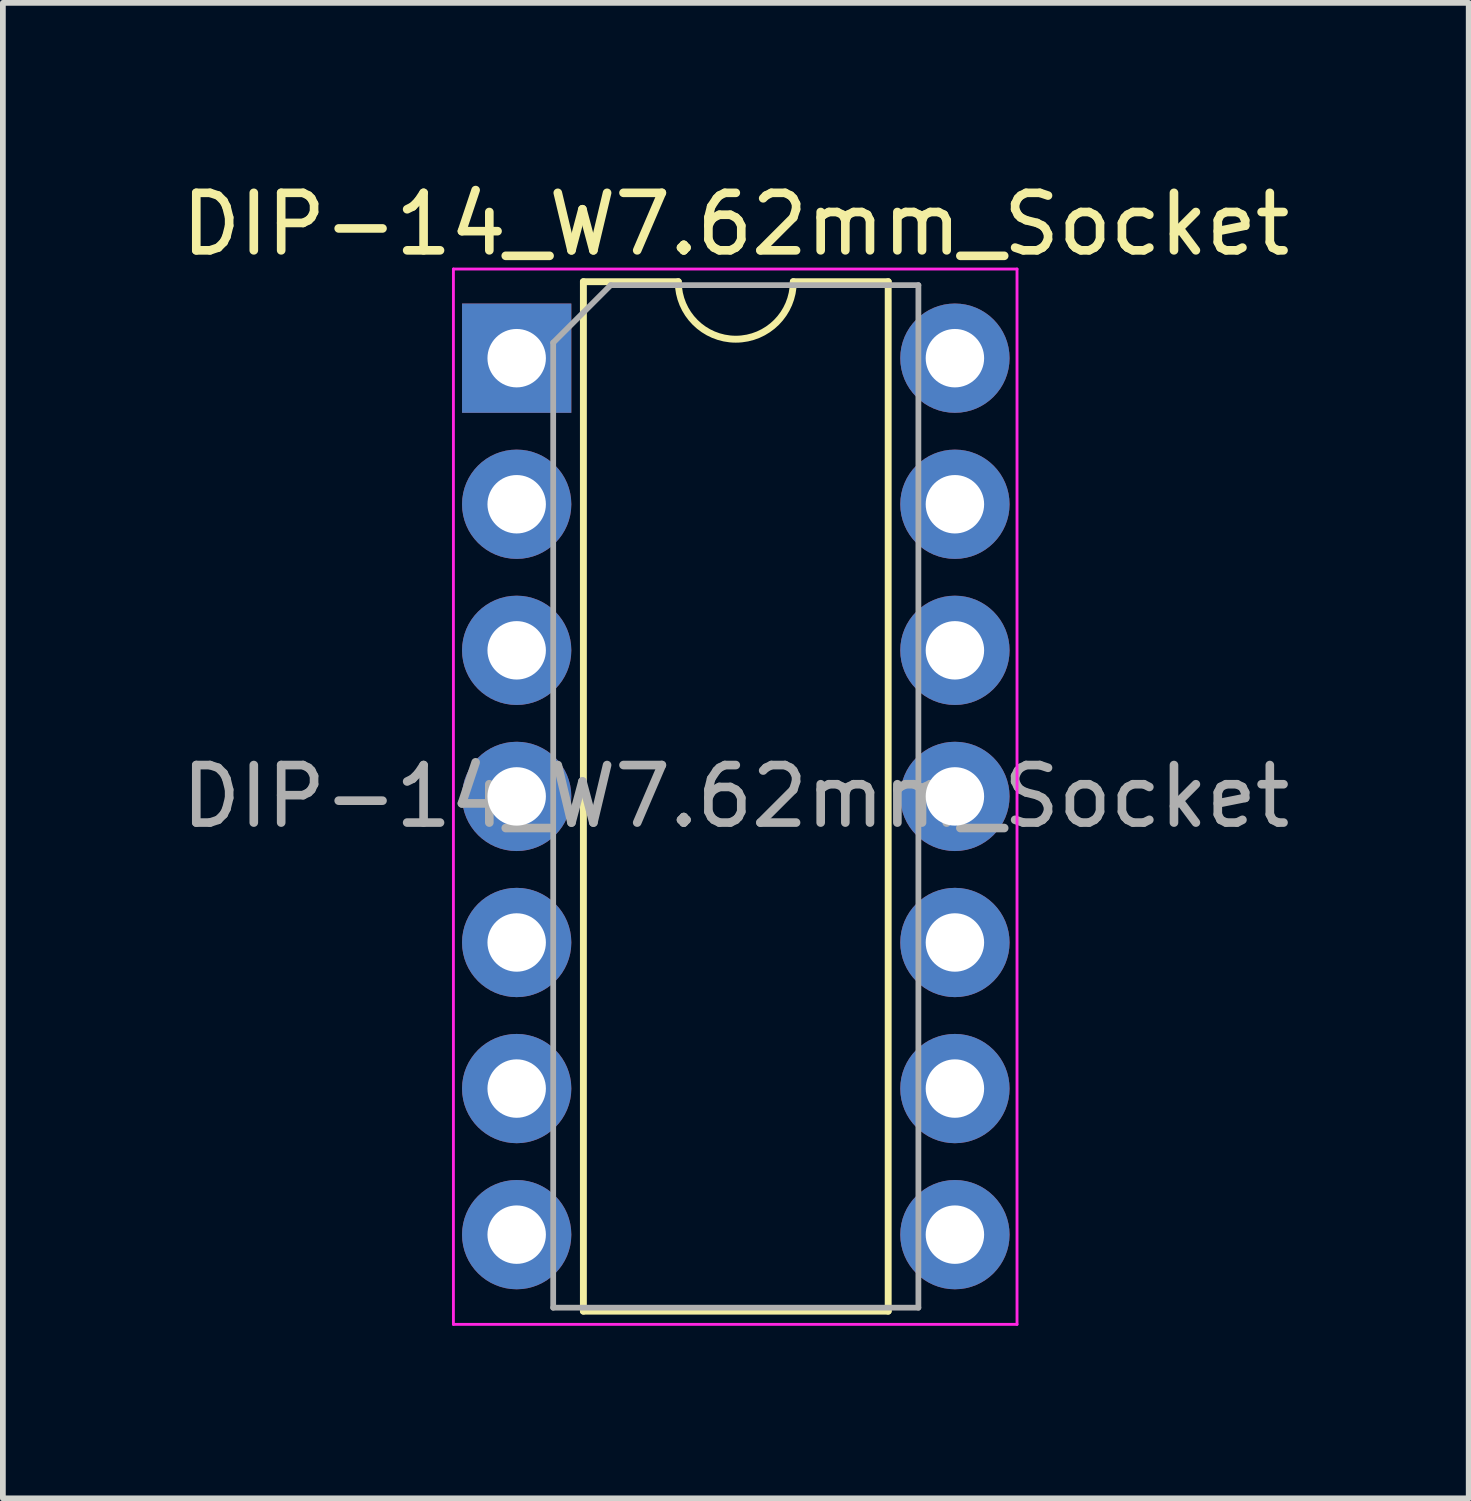
<source format=kicad_pcb>
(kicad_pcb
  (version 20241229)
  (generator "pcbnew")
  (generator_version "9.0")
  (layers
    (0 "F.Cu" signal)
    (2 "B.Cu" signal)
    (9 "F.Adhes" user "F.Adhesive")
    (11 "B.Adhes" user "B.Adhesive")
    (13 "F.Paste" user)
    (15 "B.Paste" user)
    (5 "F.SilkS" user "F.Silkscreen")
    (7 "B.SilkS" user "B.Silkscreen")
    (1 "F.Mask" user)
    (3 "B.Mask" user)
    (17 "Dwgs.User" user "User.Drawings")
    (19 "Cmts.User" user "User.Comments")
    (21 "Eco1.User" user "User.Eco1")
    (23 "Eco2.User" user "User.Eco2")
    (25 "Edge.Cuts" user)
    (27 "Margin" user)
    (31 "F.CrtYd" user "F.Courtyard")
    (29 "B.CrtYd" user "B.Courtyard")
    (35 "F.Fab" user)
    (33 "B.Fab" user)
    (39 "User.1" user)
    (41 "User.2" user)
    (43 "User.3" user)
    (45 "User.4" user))
  (footprint "DIP-14_W7.62mm_Socket"
    (layer "F.Cu")
    (at 5.934 3.178)
    (property "Reference" "DIP-14_W7.62mm_Socket" (at 3.81 -2.33 0) (layer "F.SilkS") (effects (font (size 1 1) (thickness 0.15))))
    (attr through_hole)
    (fp_line (start 1.16 -1.33) (end 1.16 16.57) (stroke (width 0.12) (type solid)) (layer "F.SilkS"))
    (fp_line (start 1.16 16.57) (end 6.46 16.57) (stroke (width 0.12) (type solid)) (layer "F.SilkS"))
    (fp_line (start 2.81 -1.33) (end 1.16 -1.33) (stroke (width 0.12) (type solid)) (layer "F.SilkS"))
    (fp_line (start 6.46 -1.33) (end 4.81 -1.33) (stroke (width 0.12) (type solid)) (layer "F.SilkS"))
    (fp_line (start 6.46 16.57) (end 6.46 -1.33) (stroke (width 0.12) (type solid)) (layer "F.SilkS"))
    (fp_arc (start 4.81 -1.33) (mid 3.81 -0.33) (end 2.81 -1.33) (stroke (width 0.12) (type solid)) (layer "F.SilkS"))
    (fp_line (start -1.1 -1.55) (end -1.1 16.8) (stroke (width 0.05) (type solid)) (layer "F.CrtYd"))
    (fp_line (start -1.1 16.8) (end 8.7 16.8) (stroke (width 0.05) (type solid)) (layer "F.CrtYd"))
    (fp_line (start 8.7 -1.55) (end -1.1 -1.55) (stroke (width 0.05) (type solid)) (layer "F.CrtYd"))
    (fp_line (start 8.7 16.8) (end 8.7 -1.55) (stroke (width 0.05) (type solid)) (layer "F.CrtYd"))
    (fp_line (start 0.635 -0.27) (end 1.635 -1.27) (stroke (width 0.1) (type solid)) (layer "F.Fab"))
    (fp_line (start 0.635 16.51) (end 0.635 -0.27) (stroke (width 0.1) (type solid)) (layer "F.Fab"))
    (fp_line (start 1.635 -1.27) (end 6.985 -1.27) (stroke (width 0.1) (type solid)) (layer "F.Fab"))
    (fp_line (start 6.985 -1.27) (end 6.985 16.51) (stroke (width 0.1) (type solid)) (layer "F.Fab"))
    (fp_line (start 6.985 16.51) (end 0.635 16.51) (stroke (width 0.1) (type solid)) (layer "F.Fab"))
    (fp_text user "${REFERENCE}" (at 3.81 7.62 0) (layer "F.Fab") (effects (font (size 1 1) (thickness 0.15))))
    (pad "1" thru_hole rect (at 0 0) (size 1.9 1.9) (drill 1.016) (layers "*.Cu" "*.Mask"))
    (pad "2" thru_hole oval (at 0 2.54) (size 1.9 1.9) (drill 1.016) (layers "*.Cu" "*.Mask"))
    (pad "3" thru_hole oval (at 0 5.08) (size 1.9 1.9) (drill 1.016) (layers "*.Cu" "*.Mask"))
    (pad "4" thru_hole oval (at 0 7.62) (size 1.9 1.9) (drill 1.016) (layers "*.Cu" "*.Mask"))
    (pad "5" thru_hole oval (at 0 10.16) (size 1.9 1.9) (drill 1.016) (layers "*.Cu" "*.Mask"))
    (pad "6" thru_hole oval (at 0 12.7) (size 1.9 1.9) (drill 1.016) (layers "*.Cu" "*.Mask"))
    (pad "7" thru_hole oval (at 0 15.24) (size 1.9 1.9) (drill 1.016) (layers "*.Cu" "*.Mask"))
    (pad "8" thru_hole oval (at 7.62 15.24) (size 1.9 1.9) (drill 1.016) (layers "*.Cu" "*.Mask"))
    (pad "9" thru_hole oval (at 7.62 12.7) (size 1.9 1.9) (drill 1.016) (layers "*.Cu" "*.Mask"))
    (pad "10" thru_hole oval (at 7.62 10.16) (size 1.9 1.9) (drill 1.016) (layers "*.Cu" "*.Mask"))
    (pad "11" thru_hole oval (at 7.62 7.62) (size 1.9 1.9) (drill 1.016) (layers "*.Cu" "*.Mask"))
    (pad "12" thru_hole oval (at 7.62 5.08) (size 1.9 1.9) (drill 1.016) (layers "*.Cu" "*.Mask"))
    (pad "13" thru_hole oval (at 7.62 2.54) (size 1.9 1.9) (drill 1.016) (layers "*.Cu" "*.Mask"))
    (pad "14" thru_hole oval (at 7.62 0) (size 1.9 1.9) (drill 1.016) (layers "*.Cu" "*.Mask")))
  (gr_rect
    (start -3 -3)
    (end 22.488 23.003)
    (stroke (width 0.1) (type default))
    (fill no)
    (layer "Edge.Cuts")))
</source>
